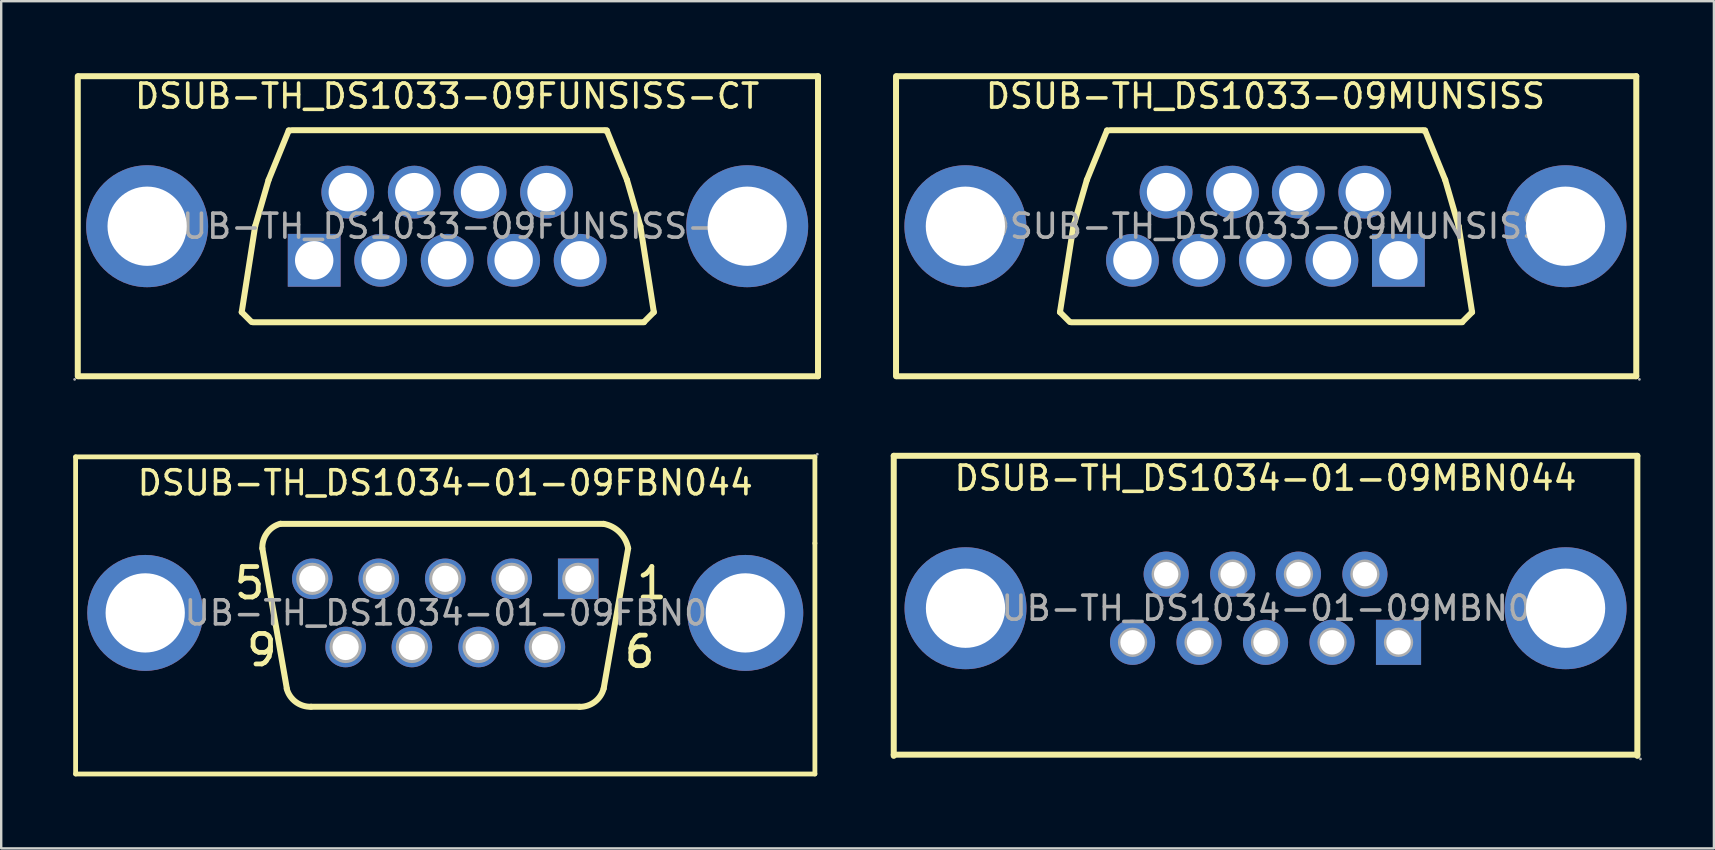
<source format=kicad_pcb>
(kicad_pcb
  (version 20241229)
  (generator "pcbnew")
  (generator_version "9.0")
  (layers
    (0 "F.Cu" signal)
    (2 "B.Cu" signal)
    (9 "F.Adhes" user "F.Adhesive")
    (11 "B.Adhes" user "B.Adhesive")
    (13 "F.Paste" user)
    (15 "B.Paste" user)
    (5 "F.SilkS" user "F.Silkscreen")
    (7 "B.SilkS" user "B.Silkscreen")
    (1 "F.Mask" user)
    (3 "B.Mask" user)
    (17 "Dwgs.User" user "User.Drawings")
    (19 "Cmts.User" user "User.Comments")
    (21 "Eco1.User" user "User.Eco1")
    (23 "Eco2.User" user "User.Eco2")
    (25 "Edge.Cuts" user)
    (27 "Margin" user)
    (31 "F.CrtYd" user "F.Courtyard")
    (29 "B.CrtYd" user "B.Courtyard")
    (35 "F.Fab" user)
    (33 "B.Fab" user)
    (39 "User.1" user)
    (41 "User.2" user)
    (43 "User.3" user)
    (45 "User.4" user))
  (footprint "DSUB-TH_DS1033-09MUNSISS"
    (layer "F.Cu")
    (at 49.67 6.375)
    (property "Reference" "DSUB-TH_DS1033-09MUNSISS" (at 0 -5.42 0) (layer "F.SilkS") (effects (font (size 1 1) (thickness 0.15))))
    (attr through_hole)
    (fp_line (start -15.39 6.25) (end -15.39 -6.25) (stroke (width 0.25) (type solid)) (layer "F.SilkS"))
    (fp_line (start -15.35 -6.25) (end 15.45 -6.25) (stroke (width 0.25) (type solid)) (layer "F.SilkS"))
    (fp_line (start -15.35 6.25) (end 15.45 6.25) (stroke (width 0.25) (type solid)) (layer "F.SilkS"))
    (fp_line (start -8.56 3.58) (end -8.15 3.99) (stroke (width 0.25) (type solid)) (layer "F.SilkS"))
    (fp_line (start -8.1 4) (end 8.2 4) (stroke (width 0.25) (type solid)) (layer "F.SilkS"))
    (fp_line (start -8 0) (end -8.56 3.58) (stroke (width 0.25) (type solid)) (layer "F.SilkS"))
    (fp_line (start -7.44 -1.93) (end -8 0) (stroke (width 0.25) (type solid)) (layer "F.SilkS"))
    (fp_line (start -6.6 -3.99) (end -7.44 -1.93) (stroke (width 0.25) (type solid)) (layer "F.SilkS"))
    (fp_line (start -6.53 -3.99) (end -6.6 -3.99) (stroke (width 0.25) (type solid)) (layer "F.SilkS"))
    (fp_line (start -6.45 -4) (end 6.55 -4) (stroke (width 0.25) (type solid)) (layer "F.SilkS"))
    (fp_line (start 6.58 -3.99) (end 6.65 -3.99) (stroke (width 0.25) (type solid)) (layer "F.SilkS"))
    (fp_line (start 6.65 -3.99) (end 7.49 -1.93) (stroke (width 0.25) (type solid)) (layer "F.SilkS"))
    (fp_line (start 7.49 -1.93) (end 8.05 0) (stroke (width 0.25) (type solid)) (layer "F.SilkS"))
    (fp_line (start 8.05 0) (end 8.61 3.58) (stroke (width 0.25) (type solid)) (layer "F.SilkS"))
    (fp_line (start 8.61 3.58) (end 8.2 3.99) (stroke (width 0.25) (type solid)) (layer "F.SilkS"))
    (fp_line (start 15.45 6.25) (end 15.45 -6.25) (stroke (width 0.25) (type solid)) (layer "F.SilkS"))
    (fp_circle (center -12.5 0) (end -11.72 0) (stroke (width 1.55) (type solid)) (fill no) (layer "F.Fab"))
    (fp_circle (center -5.54 1.42) (end -5.19 1.42) (stroke (width 0.7) (type solid)) (fill no) (layer "F.Fab"))
    (fp_circle (center -4.14 -1.42) (end -3.79 -1.42) (stroke (width 0.7) (type solid)) (fill no) (layer "F.Fab"))
    (fp_circle (center -2.77 1.42) (end -2.42 1.42) (stroke (width 0.7) (type solid)) (fill no) (layer "F.Fab"))
    (fp_circle (center -1.37 -1.42) (end -1.02 -1.42) (stroke (width 0.7) (type solid)) (fill no) (layer "F.Fab"))
    (fp_circle (center 0 1.42) (end 0.35 1.42) (stroke (width 0.7) (type solid)) (fill no) (layer "F.Fab"))
    (fp_circle (center 1.37 -1.42) (end 1.72 -1.42) (stroke (width 0.7) (type solid)) (fill no) (layer "F.Fab"))
    (fp_circle (center 2.77 1.42) (end 3.12 1.42) (stroke (width 0.7) (type solid)) (fill no) (layer "F.Fab"))
    (fp_circle (center 4.14 -1.42) (end 4.49 -1.42) (stroke (width 0.7) (type solid)) (fill no) (layer "F.Fab"))
    (fp_circle (center 5.54 1.42) (end 5.89 1.42) (stroke (width 0.7) (type solid)) (fill no) (layer "F.Fab"))
    (fp_circle (center 12.5 0) (end 13.28 0) (stroke (width 1.55) (type solid)) (fill no) (layer "F.Fab"))
    (fp_circle (center 15.58 6.38) (end 15.61 6.38) (stroke (width 0.06) (type solid)) (fill no) (layer "F.Fab"))
    (fp_text user "${REFERENCE}" (at 0 0 0) (layer "F.Fab") (effects (font (size 1 1) (thickness 0.15))))
    (pad "1" thru_hole rect (at 5.54 1.42) (size 2.2 2.2) (drill 1.6) (layers "*.Cu" "*.Paste" "*.Mask"))
    (pad "2" thru_hole circle (at 2.77 1.42) (size 2.2 2.2) (drill 1.6) (layers "*.Cu" "*.Paste" "*.Mask"))
    (pad "3" thru_hole circle (at 0 1.42) (size 2.2 2.2) (drill 1.6) (layers "*.Cu" "*.Paste" "*.Mask"))
    (pad "4" thru_hole circle (at -2.77 1.42) (size 2.2 2.2) (drill 1.6) (layers "*.Cu" "*.Paste" "*.Mask"))
    (pad "5" thru_hole circle (at -5.54 1.42) (size 2.2 2.2) (drill 1.6) (layers "*.Cu" "*.Paste" "*.Mask"))
    (pad "6" thru_hole circle (at 4.14 -1.42) (size 2.2 2.2) (drill 1.6) (layers "*.Cu" "*.Paste" "*.Mask"))
    (pad "7" thru_hole circle (at 1.37 -1.42) (size 2.2 2.2) (drill 1.6) (layers "*.Cu" "*.Paste" "*.Mask"))
    (pad "8" thru_hole circle (at -1.37 -1.42) (size 2.2 2.2) (drill 1.6) (layers "*.Cu" "*.Paste" "*.Mask"))
    (pad "9" thru_hole circle (at -4.14 -1.42) (size 2.2 2.2) (drill 1.6) (layers "*.Cu" "*.Paste" "*.Mask"))
    (pad "10" thru_hole circle (at -12.5 0) (size 5.08 5.08) (drill 3.302) (layers "*.Cu" "*.Paste" "*.Mask"))
    (pad "11" thru_hole circle (at 12.5 0) (size 5.08 5.08) (drill 3.302) (layers "*.Cu" "*.Paste" "*.Mask")))
  (footprint "DSUB-TH_DS1034-01-09MBN044"
    (layer "F.Cu")
    (at 49.675 22.29)
    (property "Reference" "DSUB-TH_DS1034-01-09MBN044" (at 0 -5.42 0) (layer "F.SilkS") (effects (font (size 1 1) (thickness 0.15))))
    (attr through_hole)
    (fp_line (start -15.49 -6.35) (end -15.49 6.15) (stroke (width 0.25) (type solid)) (layer "F.SilkS"))
    (fp_line (start 15.49 -6.35) (end -15.49 -6.35) (stroke (width 0.25) (type solid)) (layer "F.SilkS"))
    (fp_line (start 15.49 -6.35) (end 15.49 6.15) (stroke (width 0.25) (type solid)) (layer "F.SilkS"))
    (fp_line (start 15.49 6.1) (end -15.49 6.1) (stroke (width 0.25) (type solid)) (layer "F.SilkS"))
    (fp_circle (center -12.5 0) (end -11.72 0) (stroke (width 1.55) (type solid)) (fill no) (layer "F.Fab"))
    (fp_circle (center -5.54 1.42) (end -5.34 1.42) (stroke (width 0.41) (type solid)) (fill no) (layer "F.Fab"))
    (fp_circle (center -4.14 -1.42) (end -3.94 -1.42) (stroke (width 0.41) (type solid)) (fill no) (layer "F.Fab"))
    (fp_circle (center -2.77 1.42) (end -2.57 1.42) (stroke (width 0.41) (type solid)) (fill no) (layer "F.Fab"))
    (fp_circle (center -1.37 -1.42) (end -1.17 -1.42) (stroke (width 0.41) (type solid)) (fill no) (layer "F.Fab"))
    (fp_circle (center 0 1.42) (end 0.2 1.42) (stroke (width 0.41) (type solid)) (fill no) (layer "F.Fab"))
    (fp_circle (center 1.37 -1.42) (end 1.57 -1.42) (stroke (width 0.41) (type solid)) (fill no) (layer "F.Fab"))
    (fp_circle (center 2.77 1.42) (end 2.97 1.42) (stroke (width 0.41) (type solid)) (fill no) (layer "F.Fab"))
    (fp_circle (center 4.14 -1.42) (end 4.34 -1.42) (stroke (width 0.41) (type solid)) (fill no) (layer "F.Fab"))
    (fp_circle (center 5.54 1.42) (end 5.74 1.42) (stroke (width 0.41) (type solid)) (fill no) (layer "F.Fab"))
    (fp_circle (center 12.5 0) (end 13.28 0) (stroke (width 1.55) (type solid)) (fill no) (layer "F.Fab"))
    (fp_circle (center 15.62 6.28) (end 15.65 6.28) (stroke (width 0.06) (type solid)) (fill no) (layer "F.Fab"))
    (fp_text user "${REFERENCE}" (at 0 0 0) (layer "F.Fab") (effects (font (size 1 1) (thickness 0.15))))
    (pad "1" thru_hole rect (at 5.54 1.42) (size 1.88 1.88) (drill 1.016) (layers "*.Cu" "*.Paste" "*.Mask"))
    (pad "2" thru_hole circle (at 2.77 1.42) (size 1.88 1.88) (drill 1.016) (layers "*.Cu" "*.Paste" "*.Mask"))
    (pad "3" thru_hole circle (at 0 1.42) (size 1.88 1.88) (drill 1.016) (layers "*.Cu" "*.Paste" "*.Mask"))
    (pad "4" thru_hole circle (at -2.77 1.42) (size 1.88 1.88) (drill 1.016) (layers "*.Cu" "*.Paste" "*.Mask"))
    (pad "5" thru_hole circle (at -5.54 1.42) (size 1.88 1.88) (drill 1.016) (layers "*.Cu" "*.Paste" "*.Mask"))
    (pad "6" thru_hole circle (at 4.14 -1.42) (size 1.88 1.88) (drill 1.016) (layers "*.Cu" "*.Paste" "*.Mask"))
    (pad "7" thru_hole circle (at 1.37 -1.42) (size 1.88 1.88) (drill 1.016) (layers "*.Cu" "*.Paste" "*.Mask"))
    (pad "8" thru_hole circle (at -1.37 -1.42) (size 1.88 1.88) (drill 1.016) (layers "*.Cu" "*.Paste" "*.Mask"))
    (pad "9" thru_hole circle (at -4.14 -1.42) (size 1.88 1.88) (drill 1.016) (layers "*.Cu" "*.Paste" "*.Mask"))
    (pad "10" thru_hole circle (at 12.5 0) (size 5.08 5.08) (drill 3.302) (layers "*.Cu" "*.Paste" "*.Mask"))
    (pad "11" thru_hole circle (at -12.5 0) (size 5.08 5.08) (drill 3.302) (layers "*.Cu" "*.Paste" "*.Mask")))
  (footprint "DSUB-TH_DS1033-09FUNSISS-CT"
    (layer "F.Cu")
    (at 15.58 6.375)
    (property "Reference" "DSUB-TH_DS1033-09FUNSISS-CT" (at 0 -5.42 0) (layer "F.SilkS") (effects (font (size 1 1) (thickness 0.15))))
    (attr through_hole)
    (fp_line (start -15.39 6.25) (end -15.39 -6.25) (stroke (width 0.25) (type solid)) (layer "F.SilkS"))
    (fp_line (start -15.35 -6.25) (end 15.45 -6.25) (stroke (width 0.25) (type solid)) (layer "F.SilkS"))
    (fp_line (start -15.35 6.25) (end 15.45 6.25) (stroke (width 0.25) (type solid)) (layer "F.SilkS"))
    (fp_line (start -8.56 3.58) (end -8.15 3.99) (stroke (width 0.25) (type solid)) (layer "F.SilkS"))
    (fp_line (start -8.1 4) (end 8.2 4) (stroke (width 0.25) (type solid)) (layer "F.SilkS"))
    (fp_line (start -8 0) (end -8.56 3.58) (stroke (width 0.25) (type solid)) (layer "F.SilkS"))
    (fp_line (start -7.44 -1.93) (end -8 0) (stroke (width 0.25) (type solid)) (layer "F.SilkS"))
    (fp_line (start -6.6 -3.99) (end -7.44 -1.93) (stroke (width 0.25) (type solid)) (layer "F.SilkS"))
    (fp_line (start -6.53 -3.99) (end -6.6 -3.99) (stroke (width 0.25) (type solid)) (layer "F.SilkS"))
    (fp_line (start -6.45 -4) (end 6.55 -4) (stroke (width 0.25) (type solid)) (layer "F.SilkS"))
    (fp_line (start 6.58 -3.99) (end 6.65 -3.99) (stroke (width 0.25) (type solid)) (layer "F.SilkS"))
    (fp_line (start 6.65 -3.99) (end 7.49 -1.93) (stroke (width 0.25) (type solid)) (layer "F.SilkS"))
    (fp_line (start 7.49 -1.93) (end 8.05 0) (stroke (width 0.25) (type solid)) (layer "F.SilkS"))
    (fp_line (start 8.05 0) (end 8.61 3.58) (stroke (width 0.25) (type solid)) (layer "F.SilkS"))
    (fp_line (start 8.61 3.58) (end 8.2 3.99) (stroke (width 0.25) (type solid)) (layer "F.SilkS"))
    (fp_line (start 15.45 6.25) (end 15.45 -6.25) (stroke (width 0.25) (type solid)) (layer "F.SilkS"))
    (fp_circle (center -15.52 6.38) (end -15.49 6.38) (stroke (width 0.06) (type solid)) (fill no) (layer "F.Fab"))
    (fp_circle (center -12.5 0) (end -11.72 0) (stroke (width 1.55) (type solid)) (fill no) (layer "F.Fab"))
    (fp_circle (center -5.54 1.42) (end -5.19 1.42) (stroke (width 0.7) (type solid)) (fill no) (layer "F.Fab"))
    (fp_circle (center -4.14 -1.42) (end -3.79 -1.42) (stroke (width 0.7) (type solid)) (fill no) (layer "F.Fab"))
    (fp_circle (center -2.77 1.42) (end -2.42 1.42) (stroke (width 0.7) (type solid)) (fill no) (layer "F.Fab"))
    (fp_circle (center -1.37 -1.42) (end -1.02 -1.42) (stroke (width 0.7) (type solid)) (fill no) (layer "F.Fab"))
    (fp_circle (center 0 1.42) (end 0.35 1.42) (stroke (width 0.7) (type solid)) (fill no) (layer "F.Fab"))
    (fp_circle (center 1.37 -1.42) (end 1.72 -1.42) (stroke (width 0.7) (type solid)) (fill no) (layer "F.Fab"))
    (fp_circle (center 2.77 1.42) (end 3.12 1.42) (stroke (width 0.7) (type solid)) (fill no) (layer "F.Fab"))
    (fp_circle (center 4.14 -1.42) (end 4.49 -1.42) (stroke (width 0.7) (type solid)) (fill no) (layer "F.Fab"))
    (fp_circle (center 5.54 1.42) (end 5.89 1.42) (stroke (width 0.7) (type solid)) (fill no) (layer "F.Fab"))
    (fp_circle (center 12.5 0) (end 13.28 0) (stroke (width 1.55) (type solid)) (fill no) (layer "F.Fab"))
    (fp_text user "${REFERENCE}" (at 0 0 0) (layer "F.Fab") (effects (font (size 1 1) (thickness 0.15))))
    (pad "1" thru_hole rect (at -5.54 1.42) (size 2.2 2.2) (drill 1.6) (layers "*.Cu" "*.Paste" "*.Mask"))
    (pad "2" thru_hole circle (at -2.77 1.42) (size 2.2 2.2) (drill 1.6) (layers "*.Cu" "*.Paste" "*.Mask"))
    (pad "3" thru_hole circle (at 0 1.42) (size 2.2 2.2) (drill 1.6) (layers "*.Cu" "*.Paste" "*.Mask"))
    (pad "4" thru_hole circle (at 2.77 1.42) (size 2.2 2.2) (drill 1.6) (layers "*.Cu" "*.Paste" "*.Mask"))
    (pad "5" thru_hole circle (at 5.54 1.42) (size 2.2 2.2) (drill 1.6) (layers "*.Cu" "*.Paste" "*.Mask"))
    (pad "6" thru_hole circle (at -4.14 -1.42) (size 2.2 2.2) (drill 1.6) (layers "*.Cu" "*.Paste" "*.Mask"))
    (pad "7" thru_hole circle (at -1.37 -1.42) (size 2.2 2.2) (drill 1.6) (layers "*.Cu" "*.Paste" "*.Mask"))
    (pad "8" thru_hole circle (at 1.37 -1.42) (size 2.2 2.2) (drill 1.6) (layers "*.Cu" "*.Paste" "*.Mask"))
    (pad "9" thru_hole circle (at 4.14 -1.42) (size 2.2 2.2) (drill 1.6) (layers "*.Cu" "*.Paste" "*.Mask"))
    (pad "10" thru_hole circle (at -12.5 0) (size 5.08 5.08) (drill 3.302) (layers "*.Cu" "*.Paste" "*.Mask"))
    (pad "11" thru_hole circle (at 12.5 0) (size 5.08 5.08) (drill 3.302) (layers "*.Cu" "*.Paste" "*.Mask")))
  (footprint "DSUB-TH_DS1034-01-09FBN044"
    (layer "F.Cu")
    (at 15.5 22.485)
    (property "Reference" "DSUB-TH_DS1034-01-09FBN044" (at 0 -5.42 0) (layer "F.SilkS") (effects (font (size 1 1) (thickness 0.15))))
    (attr through_hole)
    (fp_line (start -15.4 -6.5) (end 15.4 -6.5) (stroke (width 0.2) (type solid)) (layer "F.SilkS"))
    (fp_line (start -15.4 6.71) (end -15.4 -6.5) (stroke (width 0.2) (type solid)) (layer "F.SilkS"))
    (fp_line (start -7.62 -2.69) (end -6.6 3.15) (stroke (width 0.25) (type solid)) (layer "F.SilkS"))
    (fp_line (start -6.86 -3.71) (end 6.6 -3.71) (stroke (width 0.25) (type solid)) (layer "F.SilkS"))
    (fp_line (start -5.59 3.91) (end 5.59 3.91) (stroke (width 0.25) (type solid)) (layer "F.SilkS"))
    (fp_line (start 6.6 3.15) (end 7.62 -2.69) (stroke (width 0.25) (type solid)) (layer "F.SilkS"))
    (fp_line (start 15.4 -6.5) (end 15.4 -2.9) (stroke (width 0.2) (type solid)) (layer "F.SilkS"))
    (fp_line (start 15.4 -2.9) (end 15.4 6.71) (stroke (width 0.2) (type solid)) (layer "F.SilkS"))
    (fp_line (start 15.4 6.71) (end -15.4 6.71) (stroke (width 0.2) (type solid)) (layer "F.SilkS"))
    (fp_arc (start -7.62 -2.69) (mid -7.42237 -3.334737) (end -6.865846 -3.715559) (stroke (width 0.25) (type solid)) (layer "F.SilkS"))
    (fp_arc (start -5.59 3.91) (mid -6.228488 3.709171) (end -6.605186 3.15591) (stroke (width 0.25) (type solid)) (layer "F.SilkS"))
    (fp_arc (start 6.6 -3.71) (mid 7.269204 -3.358238) (end 7.620247 -2.688656) (stroke (width 0.25) (type solid)) (layer "F.SilkS"))
    (fp_arc (start 6.6 3.15) (mid 6.225929 3.707516) (end 5.586866 3.913311) (stroke (width 0.25) (type solid)) (layer "F.SilkS"))
    (fp_circle (center -12.5 0) (end -11.72 0) (stroke (width 1.55) (type solid)) (fill no) (layer "F.Fab"))
    (fp_circle (center -5.54 -1.42) (end -5.32 -1.42) (stroke (width 0.45) (type solid)) (fill no) (layer "F.Fab"))
    (fp_circle (center -4.15 1.42) (end -3.93 1.42) (stroke (width 0.45) (type solid)) (fill no) (layer "F.Fab"))
    (fp_circle (center -2.77 -1.42) (end -2.55 -1.42) (stroke (width 0.45) (type solid)) (fill no) (layer "F.Fab"))
    (fp_circle (center -1.39 1.42) (end -1.17 1.42) (stroke (width 0.45) (type solid)) (fill no) (layer "F.Fab"))
    (fp_circle (center 0 -1.42) (end 0.22 -1.42) (stroke (width 0.45) (type solid)) (fill no) (layer "F.Fab"))
    (fp_circle (center 1.39 1.42) (end 1.61 1.42) (stroke (width 0.45) (type solid)) (fill no) (layer "F.Fab"))
    (fp_circle (center 2.77 -1.42) (end 2.99 -1.42) (stroke (width 0.45) (type solid)) (fill no) (layer "F.Fab"))
    (fp_circle (center 4.15 1.42) (end 4.37 1.42) (stroke (width 0.45) (type solid)) (fill no) (layer "F.Fab"))
    (fp_circle (center 5.54 -1.42) (end 5.76 -1.42) (stroke (width 0.45) (type solid)) (fill no) (layer "F.Fab"))
    (fp_circle (center 12.5 0) (end 13.28 0) (stroke (width 1.55) (type solid)) (fill no) (layer "F.Fab"))
    (fp_circle (center 15.5 -6.61) (end 15.53 -6.61) (stroke (width 0.06) (type solid)) (fill no) (layer "F.Fab"))
    (fp_text user "9" (at -8.38 1.55 0) (layer "F.SilkS") (effects (font (size 1.27 1.27) (thickness 0.2)) (justify left)))
    (fp_text user "1" (at 7.87 -1.24 0) (layer "F.SilkS") (effects (font (size 1.27 1.27) (thickness 0.2)) (justify left)))
    (fp_text user "6" (at 7.36 1.62 0) (layer "F.SilkS") (effects (font (size 1.27 1.27) (thickness 0.2)) (justify left)))
    (fp_text user "5" (at -8.89 -1.24 0) (layer "F.SilkS") (effects (font (size 1.27 1.27) (thickness 0.2)) (justify left)))
    (fp_text user "${REFERENCE}" (at 0 0 0) (layer "F.Fab") (effects (font (size 1 1) (thickness 0.15))))
    (pad "1" thru_hole rect (at 5.54 -1.42) (size 1.69 1.69) (drill 1.09) (layers "*.Cu" "*.Paste" "*.Mask"))
    (pad "2" thru_hole circle (at 2.77 -1.42) (size 1.69 1.69) (drill 1.09) (layers "*.Cu" "*.Paste" "*.Mask"))
    (pad "3" thru_hole circle (at 0 -1.42) (size 1.69 1.69) (drill 1.09) (layers "*.Cu" "*.Paste" "*.Mask"))
    (pad "4" thru_hole circle (at -2.77 -1.42) (size 1.69 1.69) (drill 1.09) (layers "*.Cu" "*.Paste" "*.Mask"))
    (pad "5" thru_hole circle (at -5.54 -1.42) (size 1.69 1.69) (drill 1.09) (layers "*.Cu" "*.Paste" "*.Mask"))
    (pad "6" thru_hole circle (at 4.15 1.42) (size 1.69 1.69) (drill 1.09) (layers "*.Cu" "*.Paste" "*.Mask"))
    (pad "7" thru_hole circle (at 1.39 1.42) (size 1.69 1.69) (drill 1.09) (layers "*.Cu" "*.Paste" "*.Mask"))
    (pad "8" thru_hole circle (at -1.39 1.42) (size 1.69 1.69) (drill 1.09) (layers "*.Cu" "*.Paste" "*.Mask"))
    (pad "9" thru_hole circle (at -4.15 1.42) (size 1.69 1.69) (drill 1.09) (layers "*.Cu" "*.Paste" "*.Mask"))
    (pad "10" thru_hole circle (at 12.5 0) (size 4.83 4.83) (drill 3.302) (layers "*.Cu" "*.Paste" "*.Mask"))
    (pad "11" thru_hole circle (at -12.5 0) (size 4.83 4.83) (drill 3.302) (layers "*.Cu" "*.Paste" "*.Mask")))
  (gr_rect
    (start -3 -3)
    (end 68.355 32.295)
    (stroke (width 0.1) (type default))
    (fill no)
    (layer "Edge.Cuts")))
</source>
